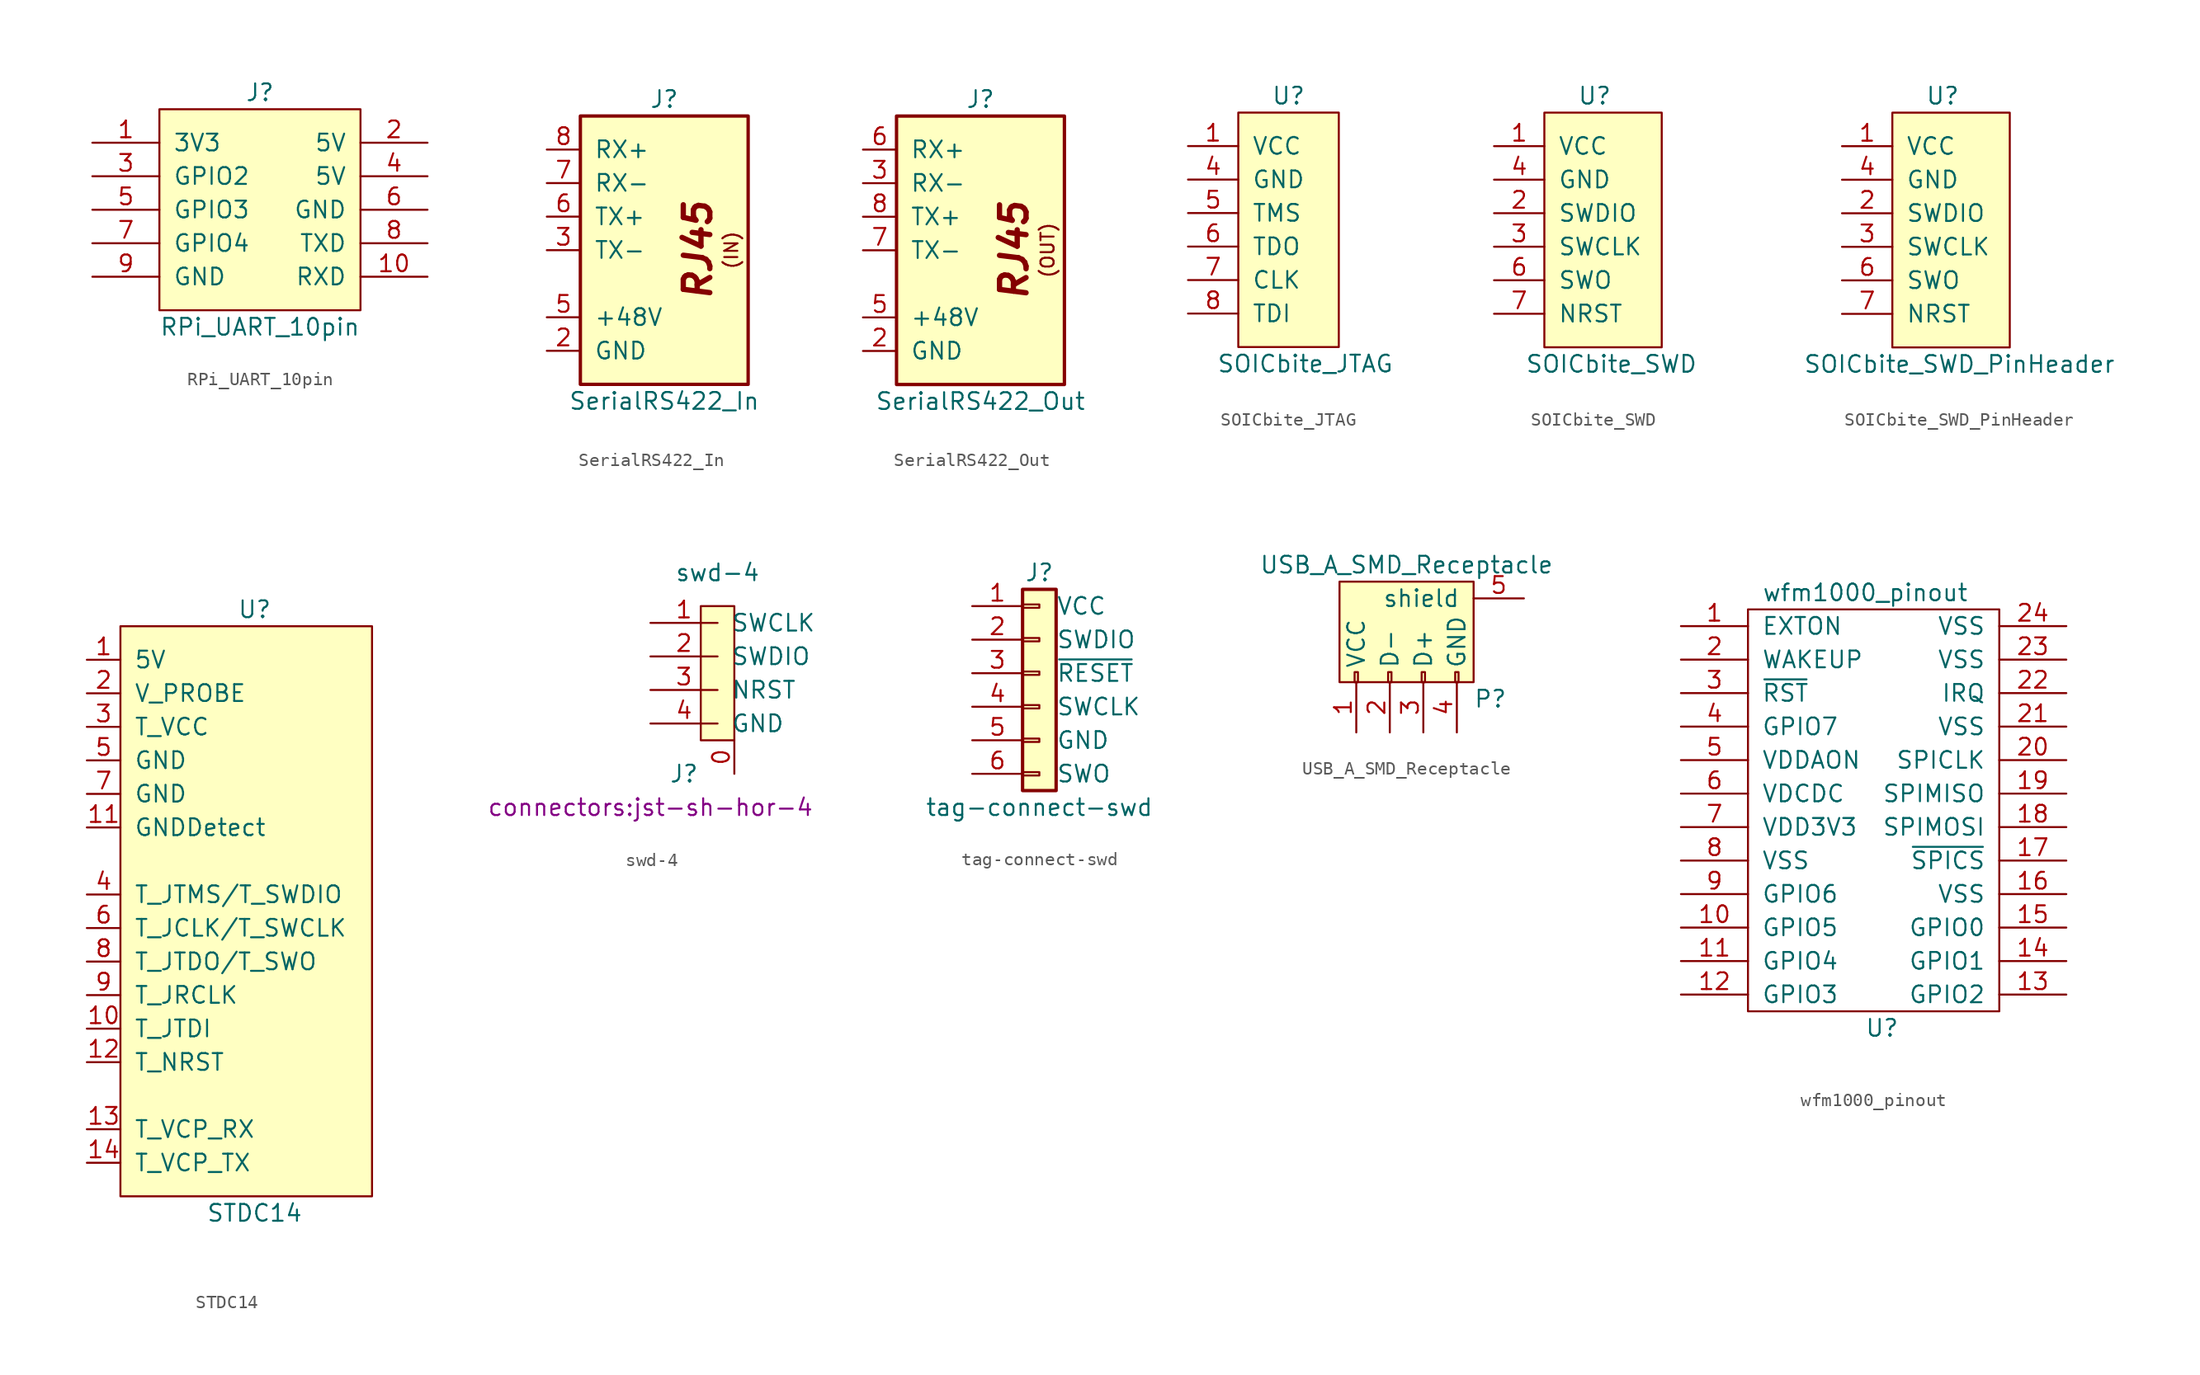
<source format=kicad_sym>
(kicad_symbol_lib
  (version 20211014)
  (generator kicad_symbol_editor)
  (symbol "RPi_UART_10pin"
    (pin_names
      (offset 1.016))
    (property "Reference" "J"
      (at 7.62 1.27 0)
      (effects (font (size 1.27 1.27))))
    (property "Value" "RPi_UART_10pin"
      (at 7.62 -16.51 0)
      (effects (font (size 1.27 1.27))))
    (symbol "RPi_UART_10pin_0_0"
      (rectangle (start 0 0) (end 15.24 -15.24) (stroke (width 0) (type default) (color 0 0 0 0)) (fill (type background))))
    (symbol "RPi_UART_10pin_1_1"
      (pin power_out line (at -5.08 -2.54 0) (length 5.08) (name "3V3" (effects (font (size 1.27 1.27)))) (number "1" (effects (font (size 1.27 1.27)))))
      (pin input line (at 20.32 -12.7 180) (length 5.08) (name "RXD" (effects (font (size 1.27 1.27)))) (number "10" (effects (font (size 1.27 1.27)))))
      (pin passive line (at 20.32 -2.54 180) (length 5.08) (name "5V" (effects (font (size 1.27 1.27)))) (number "2" (effects (font (size 1.27 1.27)))))
      (pin bidirectional line (at -5.08 -5.08 0) (length 5.08) (name "GPIO2" (effects (font (size 1.27 1.27)))) (number "3" (effects (font (size 1.27 1.27)))))
      (pin power_out line (at 20.32 -5.08 180) (length 5.08) (name "5V" (effects (font (size 1.27 1.27)))) (number "4" (effects (font (size 1.27 1.27)))))
      (pin bidirectional line (at -5.08 -7.62 0) (length 5.08) (name "GPIO3" (effects (font (size 1.27 1.27)))) (number "5" (effects (font (size 1.27 1.27)))))
      (pin power_out line (at 20.32 -7.62 180) (length 5.08) (name "GND" (effects (font (size 1.27 1.27)))) (number "6" (effects (font (size 1.27 1.27)))))
      (pin bidirectional line (at -5.08 -10.16 0) (length 5.08) (name "GPIO4" (effects (font (size 1.27 1.27)))) (number "7" (effects (font (size 1.27 1.27)))))
      (pin output line (at 20.32 -10.16 180) (length 5.08) (name "TXD" (effects (font (size 1.27 1.27)))) (number "8" (effects (font (size 1.27 1.27)))))
      (pin passive line (at -5.08 -12.7 0) (length 5.08) (name "GND" (effects (font (size 1.27 1.27)))) (number "9" (effects (font (size 1.27 1.27)))))))
  (symbol "SerialRS422_In"
    (pin_names
      (offset 1.016))
    (property "Reference" "J"
      (at 6.35 1.27 0)
      (effects (font (size 1.27 1.27))))
    (property "Value" "SerialRS422_In"
      (at 6.35 -21.59 0)
      (effects (font (size 1.27 1.27))))
    (symbol "SerialRS422_In_0_0"
      (text "(IN)" (at 11.43 -10.16 900) (effects (font (size 0.991 0.991))))
      (text "RJ45" (at 8.89 -10.16 900) (effects (font (size 2.007 2.007) bold italic))))
    (symbol "SerialRS422_In_0_1"
      (rectangle (start 0 -20.32) (end 12.7 0) (stroke (width 0.254) (type default) (color 0 0 0 0)) (fill (type background))))
    (symbol "SerialRS422_In_1_1"
      (pin passive line (at -2.54 -15.24 0) (length 2.54) hide (name "+48V" (effects (font (size 1.27 1.27)))) (number "1" (effects (font (size 1.27 1.27)))))
      (pin power_out line (at -2.54 -17.78 0) (length 2.54) (name "GND" (effects (font (size 1.27 1.27)))) (number "2" (effects (font (size 1.27 1.27)))))
      (pin passive line (at -2.54 -10.16 0) (length 2.54) (name "TX-" (effects (font (size 1.27 1.27)))) (number "3" (effects (font (size 1.27 1.27)))))
      (pin passive line (at -2.54 -17.78 0) (length 2.54) hide (name "GND" (effects (font (size 1.27 1.27)))) (number "4" (effects (font (size 1.27 1.27)))))
      (pin power_out line (at -2.54 -15.24 0) (length 2.54) (name "+48V" (effects (font (size 1.27 1.27)))) (number "5" (effects (font (size 1.27 1.27)))))
      (pin passive line (at -2.54 -7.62 0) (length 2.54) (name "TX+" (effects (font (size 1.27 1.27)))) (number "6" (effects (font (size 1.27 1.27)))))
      (pin passive line (at -2.54 -5.08 0) (length 2.54) (name "RX-" (effects (font (size 1.27 1.27)))) (number "7" (effects (font (size 1.27 1.27)))))
      (pin passive line (at -2.54 -2.54 0) (length 2.54) (name "RX+" (effects (font (size 1.27 1.27)))) (number "8" (effects (font (size 1.27 1.27)))))))
  (symbol "SerialRS422_Out"
    (pin_names
      (offset 1.016))
    (property "Reference" "J"
      (at 6.35 1.27 0)
      (effects (font (size 1.27 1.27))))
    (property "Value" "SerialRS422_Out"
      (at 6.35 -21.59 0)
      (effects (font (size 1.27 1.27))))
    (symbol "SerialRS422_Out_0_0"
      (text "(OUT)" (at 11.43 -10.16 900) (effects (font (size 0.991 0.991))))
      (text "RJ45" (at 8.89 -10.16 900) (effects (font (size 2.007 2.007) bold italic))))
    (symbol "SerialRS422_Out_0_1"
      (rectangle (start 0 -20.32) (end 12.7 0) (stroke (width 0.254) (type default) (color 0 0 0 0)) (fill (type background))))
    (symbol "SerialRS422_Out_1_1"
      (pin passive line (at -2.54 -15.24 0) (length 2.54) hide (name "+48V" (effects (font (size 1.27 1.27)))) (number "1" (effects (font (size 1.27 1.27)))))
      (pin power_in line (at -2.54 -17.78 0) (length 2.54) (name "GND" (effects (font (size 1.27 1.27)))) (number "2" (effects (font (size 1.27 1.27)))))
      (pin passive line (at -2.54 -5.08 0) (length 2.54) (name "RX-" (effects (font (size 1.27 1.27)))) (number "3" (effects (font (size 1.27 1.27)))))
      (pin passive line (at -2.54 -17.78 0) (length 2.54) hide (name "GND" (effects (font (size 1.27 1.27)))) (number "4" (effects (font (size 1.27 1.27)))))
      (pin power_in line (at -2.54 -15.24 0) (length 2.54) (name "+48V" (effects (font (size 1.27 1.27)))) (number "5" (effects (font (size 1.27 1.27)))))
      (pin passive line (at -2.54 -2.54 0) (length 2.54) (name "RX+" (effects (font (size 1.27 1.27)))) (number "6" (effects (font (size 1.27 1.27)))))
      (pin passive line (at -2.54 -10.16 0) (length 2.54) (name "TX-" (effects (font (size 1.27 1.27)))) (number "7" (effects (font (size 1.27 1.27)))))
      (pin passive line (at -2.54 -7.62 0) (length 2.54) (name "TX+" (effects (font (size 1.27 1.27)))) (number "8" (effects (font (size 1.27 1.27)))))))
  (symbol "SOICbite_JTAG"
    (pin_names
      (offset 1.016))
    (property "Reference" "U"
      (at 3.81 1.27 0)
      (effects (font (size 1.27 1.27))))
    (property "Value" "SOICbite_JTAG"
      (at 5.08 -19.05 0)
      (effects (font (size 1.27 1.27))))
    (symbol "SOICbite_JTAG_0_1"
      (rectangle (start 0 0) (end 7.62 -17.78) (stroke (width 0) (type default) (color 0 0 0 0)) (fill (type background))))
    (symbol "SOICbite_JTAG_1_1"
      (pin passive line (at -3.81 -2.54 0) (length 3.81) (name "VCC" (effects (font (size 1.27 1.27)))) (number "1" (effects (font (size 1.27 1.27)))))
      (pin power_in line (at -3.81 -5.08 0) (length 3.81) (name "GND" (effects (font (size 1.27 1.27)))) (number "4" (effects (font (size 1.27 1.27)))))
      (pin bidirectional line (at -3.81 -7.62 0) (length 3.81) (name "TMS" (effects (font (size 1.27 1.27)))) (number "5" (effects (font (size 1.27 1.27)))))
      (pin input line (at -3.81 -10.16 0) (length 3.81) (name "TDO" (effects (font (size 1.27 1.27)))) (number "6" (effects (font (size 1.27 1.27)))))
      (pin output line (at -3.81 -12.7 0) (length 3.81) (name "CLK" (effects (font (size 1.27 1.27)))) (number "7" (effects (font (size 1.27 1.27)))))
      (pin output line (at -3.81 -15.24 0) (length 3.81) (name "TDI" (effects (font (size 1.27 1.27)))) (number "8" (effects (font (size 1.27 1.27)))))))
  (symbol "SOICbite_SWD"
    (pin_names
      (offset 1.016))
    (property "Reference" "U"
      (at 3.81 1.27 0)
      (effects (font (size 1.27 1.27))))
    (property "Value" "SOICbite_SWD"
      (at 5.08 -19.05 0)
      (effects (font (size 1.27 1.27))))
    (symbol "SOICbite_SWD_0_1"
      (rectangle (start 0 0) (end 8.89 -17.78) (stroke (width 0) (type default) (color 0 0 0 0)) (fill (type background))))
    (symbol "SOICbite_SWD_1_1"
      (pin passive line (at -3.81 -2.54 0) (length 3.81) (name "VCC" (effects (font (size 1.27 1.27)))) (number "1" (effects (font (size 1.27 1.27)))))
      (pin bidirectional line (at -3.81 -7.62 0) (length 3.81) (name "SWDIO" (effects (font (size 1.27 1.27)))) (number "2" (effects (font (size 1.27 1.27)))))
      (pin output line (at -3.81 -10.16 0) (length 3.81) (name "SWCLK" (effects (font (size 1.27 1.27)))) (number "3" (effects (font (size 1.27 1.27)))))
      (pin power_in line (at -3.81 -5.08 0) (length 3.81) (name "GND" (effects (font (size 1.27 1.27)))) (number "4" (effects (font (size 1.27 1.27)))))
      (pin input line (at -3.81 -12.7 0) (length 3.81) (name "SWO" (effects (font (size 1.27 1.27)))) (number "6" (effects (font (size 1.27 1.27)))))
      (pin output line (at -3.81 -15.24 0) (length 3.81) (name "NRST" (effects (font (size 1.27 1.27)))) (number "7" (effects (font (size 1.27 1.27)))))))
  (symbol "SOICbite_SWD_PinHeader"
    (pin_names
      (offset 1.016))
    (property "Reference" "U"
      (at 3.81 1.27 0)
      (effects (font (size 1.27 1.27))))
    (property "Value" "SOICbite_SWD_PinHeader"
      (at 5.08 -19.05 0)
      (effects (font (size 1.27 1.27))))
    (symbol "SOICbite_SWD_PinHeader_0_1"
      (rectangle (start 0 0) (end 8.89 -17.78) (stroke (width 0) (type default) (color 0 0 0 0)) (fill (type background))))
    (symbol "SOICbite_SWD_PinHeader_1_1"
      (pin passive line (at -3.81 -2.54 0) (length 3.81) (name "VCC" (effects (font (size 1.27 1.27)))) (number "1" (effects (font (size 1.27 1.27)))))
      (pin bidirectional line (at -3.81 -7.62 0) (length 3.81) (name "SWDIO" (effects (font (size 1.27 1.27)))) (number "2" (effects (font (size 1.27 1.27)))))
      (pin output line (at -3.81 -10.16 0) (length 3.81) (name "SWCLK" (effects (font (size 1.27 1.27)))) (number "3" (effects (font (size 1.27 1.27)))))
      (pin power_in line (at -3.81 -5.08 0) (length 3.81) (name "GND" (effects (font (size 1.27 1.27)))) (number "4" (effects (font (size 1.27 1.27)))))
      (pin input line (at -3.81 -12.7 0) (length 3.81) (name "SWO" (effects (font (size 1.27 1.27)))) (number "6" (effects (font (size 1.27 1.27)))))
      (pin output line (at -3.81 -15.24 0) (length 3.81) (name "NRST" (effects (font (size 1.27 1.27)))) (number "7" (effects (font (size 1.27 1.27)))))))
  (symbol "STDC14"
    (pin_names
      (offset 1.016))
    (property "Reference" "U"
      (at 10.16 1.27 0)
      (effects (font (size 1.27 1.27))))
    (property "Value" "STDC14"
      (at 10.16 -44.45 0)
      (effects (font (size 1.27 1.27))))
    (symbol "STDC14_0_1"
      (rectangle (start 0 0) (end 19.05 -43.18) (stroke (width 0) (type default) (color 0 0 0 0)) (fill (type background))))
    (symbol "STDC14_1_1"
      (pin power_in line (at -2.54 -2.54 0) (length 2.54) (name "5V" (effects (font (size 1.27 1.27)))) (number "1" (effects (font (size 1.27 1.27)))))
      (pin input line (at -2.54 -30.48 0) (length 2.54) (name "T_JTDI" (effects (font (size 1.27 1.27)))) (number "10" (effects (font (size 1.27 1.27)))))
      (pin passive line (at -2.54 -15.24 0) (length 2.54) (name "GNDDetect" (effects (font (size 1.27 1.27)))) (number "11" (effects (font (size 1.27 1.27)))))
      (pin output line (at -2.54 -33.02 0) (length 2.54) (name "T_NRST" (effects (font (size 1.27 1.27)))) (number "12" (effects (font (size 1.27 1.27)))))
      (pin input line (at -2.54 -38.1 0) (length 2.54) (name "T_VCP_RX" (effects (font (size 1.27 1.27)))) (number "13" (effects (font (size 1.27 1.27)))))
      (pin output line (at -2.54 -40.64 0) (length 2.54) (name "T_VCP_TX" (effects (font (size 1.27 1.27)))) (number "14" (effects (font (size 1.27 1.27)))))
      (pin power_in line (at -2.54 -5.08 0) (length 2.54) (name "V_PROBE" (effects (font (size 1.27 1.27)))) (number "2" (effects (font (size 1.27 1.27)))))
      (pin passive line (at -2.54 -7.62 0) (length 2.54) (name "T_VCC" (effects (font (size 1.27 1.27)))) (number "3" (effects (font (size 1.27 1.27)))))
      (pin bidirectional line (at -2.54 -20.32 0) (length 2.54) (name "T_JTMS/T_SWDIO" (effects (font (size 1.27 1.27)))) (number "4" (effects (font (size 1.27 1.27)))))
      (pin power_in line (at -2.54 -10.16 0) (length 2.54) (name "GND" (effects (font (size 1.27 1.27)))) (number "5" (effects (font (size 1.27 1.27)))))
      (pin input line (at -2.54 -22.86 0) (length 2.54) (name "T_JCLK/T_SWCLK" (effects (font (size 1.27 1.27)))) (number "6" (effects (font (size 1.27 1.27)))))
      (pin power_in line (at -2.54 -12.7 0) (length 2.54) (name "GND" (effects (font (size 1.27 1.27)))) (number "7" (effects (font (size 1.27 1.27)))))
      (pin output line (at -2.54 -25.4 0) (length 2.54) (name "T_JTDO/T_SWO" (effects (font (size 1.27 1.27)))) (number "8" (effects (font (size 1.27 1.27)))))
      (pin input line (at -2.54 -27.94 0) (length 2.54) (name "T_JRCLK" (effects (font (size 1.27 1.27)))) (number "9" (effects (font (size 1.27 1.27)))))))
  (symbol "swd-4"
    (pin_names
      (offset 1.016))
    (property "Reference" "J"
      (at -2.54 -8.89 0)
      (effects (font (size 1.27 1.27))))
    (property "Value" "swd-4"
      (at 0 6.35 0)
      (effects (font (size 1.27 1.27))))
    (property "Footprint" "connectors:jst-sh-hor-4"
      (at -5.08 -11.43 0)
      (effects (font (size 1.27 1.27))))
    (property "Datasheet" ""
      (at 0 0 0)
      (effects (font (size 1.27 1.27))))
    (symbol "swd-4_0_1"
      (rectangle (start -1.27 3.81) (end 1.27 -6.35) (stroke (width 0) (type default) (color 0 0 0 0)) (fill (type background))))
    (symbol "swd-4_1_1"
      (pin input line (at 1.27 -8.89 90) (length 2.54) (name "Mechanical" (effects (font (size 0 0)))) (number "0" (effects (font (size 1.27 1.27)))))
      (pin output line (at -5.08 2.54 0) (length 5.08) (name "SWCLK" (effects (font (size 1.27 1.27)))) (number "1" (effects (font (size 1.27 1.27)))))
      (pin output line (at -5.08 0 0) (length 5.08) (name "SWDIO" (effects (font (size 1.27 1.27)))) (number "2" (effects (font (size 1.27 1.27)))))
      (pin bidirectional line (at -5.08 -2.54 0) (length 5.08) (name "NRST" (effects (font (size 1.27 1.27)))) (number "3" (effects (font (size 1.27 1.27)))))
      (pin power_in line (at -5.08 -5.08 0) (length 5.08) (name "GND" (effects (font (size 1.27 1.27)))) (number "4" (effects (font (size 1.27 1.27)))))))
  (symbol "tag-connect-swd"
    (pin_names
      (offset 2.54))
    (property "Reference" "J"
      (at 0 7.62 0)
      (effects (font (size 1.27 1.27))))
    (property "Value" "tag-connect-swd"
      (at 0 -10.16 0)
      (effects (font (size 1.27 1.27))))
    (symbol "tag-connect-swd_1_1"
      (rectangle (start -1.27 -7.493) (end 0 -7.747) (stroke (width 0.152) (type default) (color 0 0 0 0)) (fill (type none)))
      (rectangle (start -1.27 -4.953) (end 0 -5.207) (stroke (width 0.152) (type default) (color 0 0 0 0)) (fill (type none)))
      (rectangle (start -1.27 -2.413) (end 0 -2.667) (stroke (width 0.152) (type default) (color 0 0 0 0)) (fill (type none)))
      (rectangle (start -1.27 0.127) (end 0 -0.127) (stroke (width 0.152) (type default) (color 0 0 0 0)) (fill (type none)))
      (rectangle (start -1.27 2.667) (end 0 2.413) (stroke (width 0.152) (type default) (color 0 0 0 0)) (fill (type none)))
      (rectangle (start -1.27 5.207) (end 0 4.953) (stroke (width 0.152) (type default) (color 0 0 0 0)) (fill (type none)))
      (rectangle (start -1.27 6.35) (end 1.27 -8.89) (stroke (width 0.254) (type default) (color 0 0 0 0)) (fill (type background)))
      (pin passive line (at -5.08 5.08 0) (length 3.81) (name "VCC" (effects (font (size 1.27 1.27)))) (number "1" (effects (font (size 1.27 1.27)))))
      (pin passive line (at -5.08 2.54 0) (length 3.81) (name "SWDIO" (effects (font (size 1.27 1.27)))) (number "2" (effects (font (size 1.27 1.27)))))
      (pin passive line (at -5.08 0 0) (length 3.81) (name "~{RESET}" (effects (font (size 1.27 1.27)))) (number "3" (effects (font (size 1.27 1.27)))))
      (pin passive line (at -5.08 -2.54 0) (length 3.81) (name "SWCLK" (effects (font (size 1.27 1.27)))) (number "4" (effects (font (size 1.27 1.27)))))
      (pin passive line (at -5.08 -5.08 0) (length 3.81) (name "GND" (effects (font (size 1.27 1.27)))) (number "5" (effects (font (size 1.27 1.27)))))
      (pin passive line (at -5.08 -7.62 0) (length 3.81) (name "SWO" (effects (font (size 1.27 1.27)))) (number "6" (effects (font (size 1.27 1.27)))))))
  (symbol "USB_A_SMD_Receptacle"
    (pin_names
      (offset 1.016))
    (property "Reference" "P"
      (at 5.08 -5.08 0)
      (effects (font (size 1.27 1.27))))
    (property "Value" "USB_A_SMD_Receptacle"
      (at -1.27 5.08 0)
      (effects (font (size 1.27 1.27))))
    (property "Datasheet" ""
      (at -1.27 -2.54 90)
      (effects (font (size 1.27 1.27))))
    (symbol "USB_A_SMD_Receptacle_0_1"
      (rectangle (start -6.35 -3.81) (end 3.81 3.81) (stroke (width 0) (type default) (color 0 0 0 0)) (fill (type background)))
      (rectangle (start -5.207 -3.81) (end -4.953 -3.048) (stroke (width 0) (type default) (color 0 0 0 0)) (fill (type none)))
      (rectangle (start -2.667 -3.81) (end -2.413 -3.048) (stroke (width 0) (type default) (color 0 0 0 0)) (fill (type none)))
      (rectangle (start -0.127 -3.81) (end 0.127 -3.048) (stroke (width 0) (type default) (color 0 0 0 0)) (fill (type none)))
      (rectangle (start 2.413 -3.81) (end 2.667 -3.048) (stroke (width 0) (type default) (color 0 0 0 0)) (fill (type none))))
    (symbol "USB_A_SMD_Receptacle_1_1"
      (pin power_in line (at -5.08 -7.62 90) (length 3.81) (name "VCC" (effects (font (size 1.27 1.27)))) (number "1" (effects (font (size 1.27 1.27)))))
      (pin passive line (at -2.54 -7.62 90) (length 3.81) (name "D-" (effects (font (size 1.27 1.27)))) (number "2" (effects (font (size 1.27 1.27)))))
      (pin passive line (at 0 -7.62 90) (length 3.81) (name "D+" (effects (font (size 1.27 1.27)))) (number "3" (effects (font (size 1.27 1.27)))))
      (pin power_in line (at 2.54 -7.62 90) (length 3.81) (name "GND" (effects (font (size 1.27 1.27)))) (number "4" (effects (font (size 1.27 1.27)))))
      (pin passive line (at 7.62 2.54 180) (length 3.81) (name "shield" (effects (font (size 1.27 1.27)))) (number "5" (effects (font (size 1.27 1.27)))))))
  (symbol "wfm1000_pinout"
    (pin_names
      (offset 1.016))
    (property "Reference" "U"
      (at 1.27 -16.51 0)
      (effects (font (size 1.27 1.27))))
    (property "Value" "wfm1000_pinout"
      (at 0 16.51 0)
      (effects (font (size 1.27 1.27))))
    (symbol "wfm1000_pinout_0_1"
      (rectangle (start -8.89 15.24) (end 10.16 -15.24) (stroke (width 0) (type default) (color 0 0 0 0)) (fill (type none))))
    (symbol "wfm1000_pinout_1_1"
      (pin input line (at -13.97 13.97 0) (length 5.08) (name "EXTON" (effects (font (size 1.27 1.27)))) (number "1" (effects (font (size 1.27 1.27)))))
      (pin input line (at -13.97 -8.89 0) (length 5.08) (name "GPIO5" (effects (font (size 1.27 1.27)))) (number "10" (effects (font (size 1.27 1.27)))))
      (pin input line (at -13.97 -11.43 0) (length 5.08) (name "GPIO4" (effects (font (size 1.27 1.27)))) (number "11" (effects (font (size 1.27 1.27)))))
      (pin input line (at -13.97 -13.97 0) (length 5.08) (name "GPIO3" (effects (font (size 1.27 1.27)))) (number "12" (effects (font (size 1.27 1.27)))))
      (pin input line (at 15.24 -13.97 180) (length 5.08) (name "GPIO2" (effects (font (size 1.27 1.27)))) (number "13" (effects (font (size 1.27 1.27)))))
      (pin input line (at 15.24 -11.43 180) (length 5.08) (name "GPIO1" (effects (font (size 1.27 1.27)))) (number "14" (effects (font (size 1.27 1.27)))))
      (pin input line (at 15.24 -8.89 180) (length 5.08) (name "GPIO0" (effects (font (size 1.27 1.27)))) (number "15" (effects (font (size 1.27 1.27)))))
      (pin input line (at 15.24 -6.35 180) (length 5.08) (name "VSS" (effects (font (size 1.27 1.27)))) (number "16" (effects (font (size 1.27 1.27)))))
      (pin input line (at 15.24 -3.81 180) (length 5.08) (name "~{SPICS}" (effects (font (size 1.27 1.27)))) (number "17" (effects (font (size 1.27 1.27)))))
      (pin input line (at 15.24 -1.27 180) (length 5.08) (name "SPIMOSI" (effects (font (size 1.27 1.27)))) (number "18" (effects (font (size 1.27 1.27)))))
      (pin input line (at 15.24 1.27 180) (length 5.08) (name "SPIMISO" (effects (font (size 1.27 1.27)))) (number "19" (effects (font (size 1.27 1.27)))))
      (pin input line (at -13.97 11.43 0) (length 5.08) (name "WAKEUP" (effects (font (size 1.27 1.27)))) (number "2" (effects (font (size 1.27 1.27)))))
      (pin input line (at 15.24 3.81 180) (length 5.08) (name "SPICLK" (effects (font (size 1.27 1.27)))) (number "20" (effects (font (size 1.27 1.27)))))
      (pin input line (at 15.24 6.35 180) (length 5.08) (name "VSS" (effects (font (size 1.27 1.27)))) (number "21" (effects (font (size 1.27 1.27)))))
      (pin input line (at 15.24 8.89 180) (length 5.08) (name "IRQ" (effects (font (size 1.27 1.27)))) (number "22" (effects (font (size 1.27 1.27)))))
      (pin input line (at 15.24 11.43 180) (length 5.08) (name "VSS" (effects (font (size 1.27 1.27)))) (number "23" (effects (font (size 1.27 1.27)))))
      (pin input line (at 15.24 13.97 180) (length 5.08) (name "VSS" (effects (font (size 1.27 1.27)))) (number "24" (effects (font (size 1.27 1.27)))))
      (pin input line (at -13.97 8.89 0) (length 5.08) (name "~{RST}" (effects (font (size 1.27 1.27)))) (number "3" (effects (font (size 1.27 1.27)))))
      (pin input line (at -13.97 6.35 0) (length 5.08) (name "GPIO7" (effects (font (size 1.27 1.27)))) (number "4" (effects (font (size 1.27 1.27)))))
      (pin input line (at -13.97 3.81 0) (length 5.08) (name "VDDAON" (effects (font (size 1.27 1.27)))) (number "5" (effects (font (size 1.27 1.27)))))
      (pin input line (at -13.97 1.27 0) (length 5.08) (name "VDCDC" (effects (font (size 1.27 1.27)))) (number "6" (effects (font (size 1.27 1.27)))))
      (pin input line (at -13.97 -1.27 0) (length 5.08) (name "VDD3V3" (effects (font (size 1.27 1.27)))) (number "7" (effects (font (size 1.27 1.27)))))
      (pin input line (at -13.97 -3.81 0) (length 5.08) (name "VSS" (effects (font (size 1.27 1.27)))) (number "8" (effects (font (size 1.27 1.27)))))
      (pin input line (at -13.97 -6.35 0) (length 5.08) (name "GPIO6" (effects (font (size 1.27 1.27)))) (number "9" (effects (font (size 1.27 1.27))))))))
</source>
